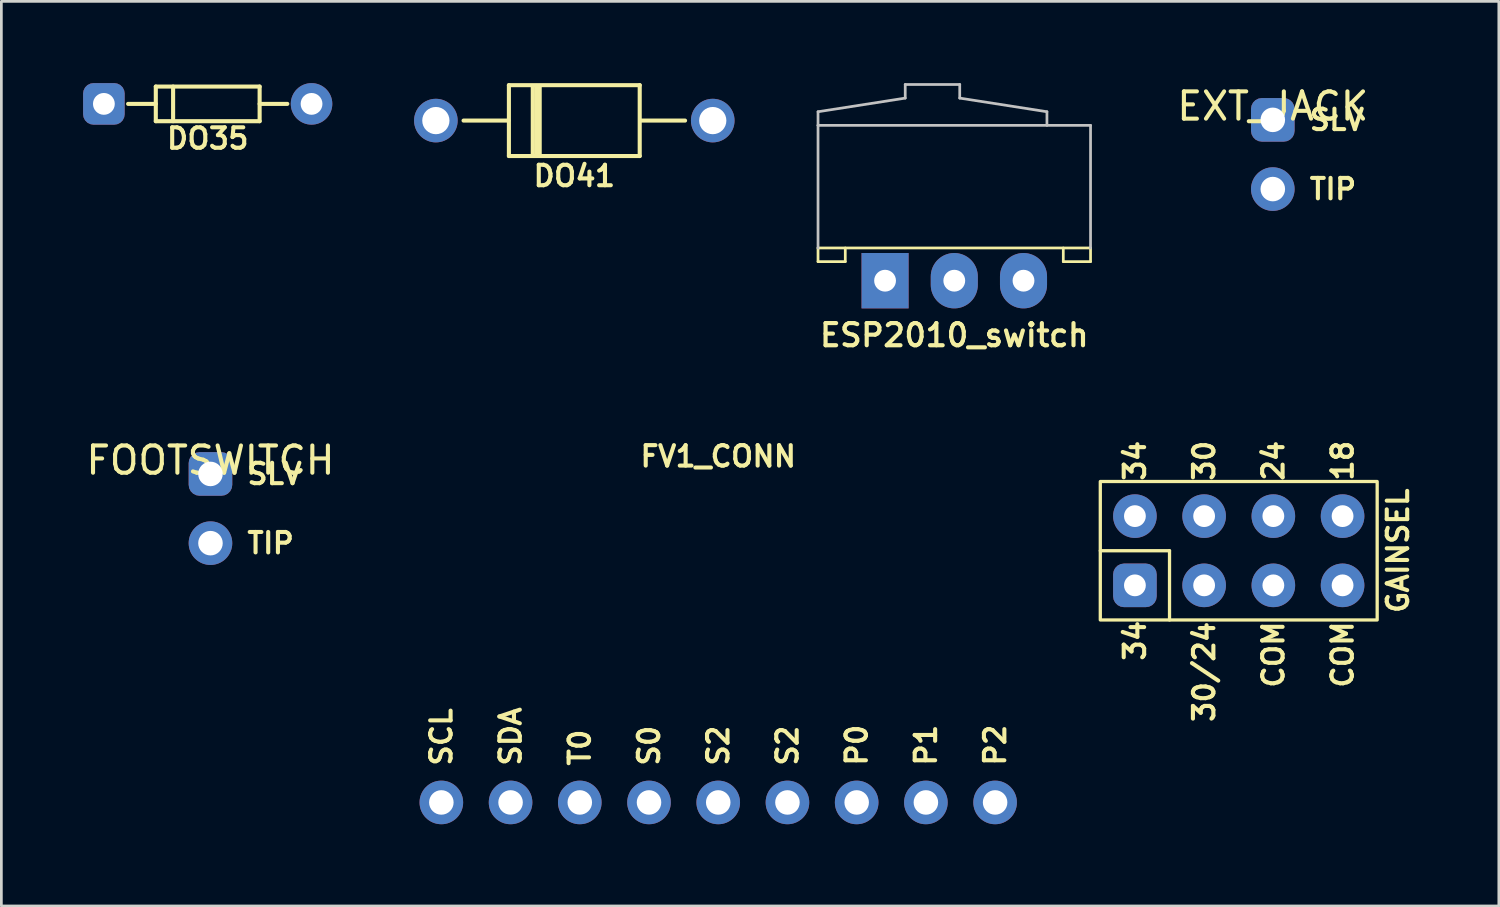
<source format=kicad_pcb>
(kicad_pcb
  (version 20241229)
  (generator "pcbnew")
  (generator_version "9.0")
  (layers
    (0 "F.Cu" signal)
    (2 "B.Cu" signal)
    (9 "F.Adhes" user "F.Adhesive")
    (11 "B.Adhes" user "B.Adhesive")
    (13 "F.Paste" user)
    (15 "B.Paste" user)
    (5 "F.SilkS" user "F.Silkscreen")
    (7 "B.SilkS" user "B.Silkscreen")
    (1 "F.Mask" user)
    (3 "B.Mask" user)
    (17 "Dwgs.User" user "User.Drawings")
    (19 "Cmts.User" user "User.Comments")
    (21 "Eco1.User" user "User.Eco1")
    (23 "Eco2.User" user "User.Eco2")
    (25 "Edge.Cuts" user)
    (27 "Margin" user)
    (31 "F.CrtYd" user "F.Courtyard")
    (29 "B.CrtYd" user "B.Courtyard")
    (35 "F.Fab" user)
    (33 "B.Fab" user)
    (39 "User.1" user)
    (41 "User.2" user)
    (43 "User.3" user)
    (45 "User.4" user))
  (footprint "DO35"
    (layer "F.Cu")
    (at 4.572 0.762)
    (property "Reference" "DO35" (at 0 1.27 0) (layer "F.SilkS") (effects (font (size 0.75 0.75) (thickness 0.15))))
    (attr through_hole)
    (fp_line (start -1.905 -0.635) (end -1.905 0.635) (stroke (width 0.15) (type solid)) (layer "F.SilkS"))
    (fp_line (start -1.905 0) (end -2.921 0) (stroke (width 0.15) (type solid)) (layer "F.SilkS"))
    (fp_line (start -1.905 0.635) (end 1.905 0.635) (stroke (width 0.15) (type solid)) (layer "F.SilkS"))
    (fp_line (start -1.27 -0.635) (end -1.27 0.635) (stroke (width 0.15) (type solid)) (layer "F.SilkS"))
    (fp_line (start 1.905 -0.635) (end -1.905 -0.635) (stroke (width 0.15) (type solid)) (layer "F.SilkS"))
    (fp_line (start 1.905 0) (end 2.921 0) (stroke (width 0.15) (type solid)) (layer "F.SilkS"))
    (fp_line (start 1.905 0.635) (end 1.905 -0.635) (stroke (width 0.15) (type solid)) (layer "F.SilkS"))
    (pad "1" thru_hole roundrect (at -3.81 0) (size 1.524 1.524) (drill 0.8) (layers "*.Cu" "*.Mask") (roundrect_rratio 0.25))
    (pad "2" thru_hole circle (at 3.81 0) (size 1.524 1.524) (drill 0.8) (layers "*.Cu" "*.Mask")))
  (footprint "FV1_CONN"
    (layer "F.Cu")
    (at 23.305 26.395)
    (property "Reference" "FV1_CONN" (at 0 -12.7 0) (unlocked yes) (layer "F.SilkS") (effects (font (size 0.75 0.75) (thickness 0.15))))
    (attr through_hole)
    (fp_text user "P1" (at 7.62 -1.27 90) (unlocked yes) (layer "F.SilkS") (effects (font (size 0.75 0.75) (thickness 0.15)) (justify left)))
    (fp_text user "P2" (at 10.16 -1.27 90) (unlocked yes) (layer "F.SilkS") (effects (font (size 0.75 0.75) (thickness 0.15)) (justify left)))
    (fp_text user "S2" (at 2.54 -1.27 90) (unlocked yes) (layer "F.SilkS") (effects (font (size 0.75 0.75) (thickness 0.15)) (justify left)))
    (fp_text user "P0" (at 5.08 -1.27 90) (unlocked yes) (layer "F.SilkS") (effects (font (size 0.75 0.75) (thickness 0.15)) (justify left)))
    (fp_text user "SDA" (at -7.62 -1.27 90) (unlocked yes) (layer "F.SilkS") (effects (font (size 0.75 0.75) (thickness 0.15)) (justify left)))
    (fp_text user "SCL" (at -10.16 -1.27 90) (unlocked yes) (layer "F.SilkS") (effects (font (size 0.75 0.75) (thickness 0.15)) (justify left)))
    (fp_text user "S0" (at -2.54 -1.27 90) (unlocked yes) (layer "F.SilkS") (effects (font (size 0.75 0.75) (thickness 0.15)) (justify left)))
    (fp_text user "S2" (at 0 -1.27 90) (unlocked yes) (layer "F.SilkS") (effects (font (size 0.75 0.75) (thickness 0.15)) (justify left)))
    (fp_text user "T0" (at -5.08 -1.27 90) (unlocked yes) (layer "F.SilkS") (effects (font (size 0.75 0.75) (thickness 0.15)) (justify left)))
    (pad "2" thru_hole circle (at 10.16 0 180) (size 1.6 1.6) (drill 0.9) (layers "*.Cu" "*.Mask"))
    (pad "3" thru_hole circle (at 7.62 0 180) (size 1.6 1.6) (drill 0.9) (layers "*.Cu" "*.Mask"))
    (pad "4" thru_hole circle (at 5.08 0 180) (size 1.6 1.6) (drill 0.9) (layers "*.Cu" "*.Mask"))
    (pad "5" thru_hole circle (at 2.54 0 180) (size 1.6 1.6) (drill 0.9) (layers "*.Cu" "*.Mask"))
    (pad "6" thru_hole circle (at 0 0 180) (size 1.6 1.6) (drill 0.9) (layers "*.Cu" "*.Mask"))
    (pad "7" thru_hole circle (at -2.54 0 180) (size 1.6 1.6) (drill 0.9) (layers "*.Cu" "*.Mask"))
    (pad "8" thru_hole circle (at -5.08 0 180) (size 1.6 1.6) (drill 0.9) (layers "*.Cu" "*.Mask"))
    (pad "9" thru_hole circle (at -7.62 0 180) (size 1.6 1.6) (drill 0.9) (layers "*.Cu" "*.Mask"))
    (pad "10" thru_hole circle (at -10.16 0 180) (size 1.6 1.6) (drill 0.9) (layers "*.Cu" "*.Mask")))
  (footprint "ESP2010_switch"
    (layer "F.Cu")
    (at 31.967 7.25)
    (property "Reference" "ESP2010_switch" (at 0 2 180) (layer "F.SilkS") (effects (font (size 0.813 0.813) (thickness 0.152))))
    (attr through_hole)
    (fp_line (start -5 -1.2) (end -5 -0.7) (stroke (width 0.1) (type solid)) (layer "F.SilkS"))
    (fp_line (start -5 -1.2) (end 5 -1.2) (stroke (width 0.1) (type solid)) (layer "F.SilkS"))
    (fp_line (start -5 -0.7) (end -4 -0.7) (stroke (width 0.1) (type solid)) (layer "F.SilkS"))
    (fp_line (start -4 -1.2) (end -4 -0.7) (stroke (width 0.1) (type solid)) (layer "F.SilkS"))
    (fp_line (start 4 -0.7) (end 4 -1.2) (stroke (width 0.1) (type solid)) (layer "F.SilkS"))
    (fp_line (start 5 -1.2) (end 5 -0.7) (stroke (width 0.1) (type solid)) (layer "F.SilkS"))
    (fp_line (start 5 -0.7) (end 4 -0.7) (stroke (width 0.1) (type solid)) (layer "F.SilkS"))
    (fp_line (start -5 -6.2) (end -1.8 -6.7) (stroke (width 0.1) (type solid)) (layer "Dwgs.User"))
    (fp_line (start -5 -5.7) (end -5 -6.2) (stroke (width 0.1) (type solid)) (layer "Dwgs.User"))
    (fp_line (start -5 -5.7) (end -5 -1.2) (stroke (width 0.1) (type solid)) (layer "Dwgs.User"))
    (fp_line (start -5 -5.7) (end 5 -5.7) (stroke (width 0.1) (type solid)) (layer "Dwgs.User"))
    (fp_line (start -1.8 -7.2) (end 0.2 -7.2) (stroke (width 0.1) (type solid)) (layer "Dwgs.User"))
    (fp_line (start -1.8 -6.7) (end -1.8 -7.2) (stroke (width 0.1) (type solid)) (layer "Dwgs.User"))
    (fp_line (start 0.2 -7.2) (end 0.2 -6.7) (stroke (width 0.1) (type solid)) (layer "Dwgs.User"))
    (fp_line (start 3.4 -6.2) (end 0.2 -6.7) (stroke (width 0.1) (type solid)) (layer "Dwgs.User"))
    (fp_line (start 3.4 -5.7) (end 3.4 -6.2) (stroke (width 0.1) (type solid)) (layer "Dwgs.User"))
    (fp_line (start 5 -1.2) (end 5 -5.7) (stroke (width 0.1) (type solid)) (layer "Dwgs.User"))
    (pad "1" thru_hole rect (at -2.54 0) (size 1.727 2.032) (drill 0.8) (layers "*.Cu" "*.Mask"))
    (pad "2" thru_hole oval (at 0 0) (size 1.727 2.032) (drill 0.8) (layers "*.Cu" "*.Mask"))
    (pad "3" thru_hole oval (at 2.54 0) (size 1.727 2.032) (drill 0.8) (layers "*.Cu" "*.Mask")))
  (footprint "DO41"
    (layer "F.Cu")
    (at 18.024 1.375)
    (property "Reference" "DO41" (at 0 2.032 0) (layer "F.SilkS") (effects (font (size 0.75 0.75) (thickness 0.15))))
    (attr through_hole)
    (fp_line (start -2.413 0) (end -4.064 0) (stroke (width 0.15) (type solid)) (layer "F.SilkS"))
    (fp_line (start -2.4 -1.3) (end -2.4 1.3) (stroke (width 0.15) (type solid)) (layer "F.SilkS"))
    (fp_line (start -2.4 -1.3) (end 2.4 -1.3) (stroke (width 0.15) (type solid)) (layer "F.SilkS"))
    (fp_line (start -2.4 1.3) (end 2.4 1.3) (stroke (width 0.15) (type solid)) (layer "F.SilkS"))
    (fp_line (start -1.524 -1.27) (end -1.524 1.27) (stroke (width 0.15) (type solid)) (layer "F.SilkS"))
    (fp_line (start -1.397 -1.27) (end -1.397 1.27) (stroke (width 0.15) (type solid)) (layer "F.SilkS"))
    (fp_line (start -1.27 1.27) (end -1.27 -1.27) (stroke (width 0.15) (type solid)) (layer "F.SilkS"))
    (fp_line (start 2.4 -1.3) (end 2.4 1.3) (stroke (width 0.15) (type solid)) (layer "F.SilkS"))
    (fp_line (start 2.413 0) (end 4.064 0) (stroke (width 0.15) (type solid)) (layer "F.SilkS"))
    (pad "1" thru_hole circle (at -5.08 0) (size 1.6 1.6) (drill 1) (layers "*.Cu" "*.Mask"))
    (pad "2" thru_hole circle (at 5.08 0) (size 1.6 1.6) (drill 1) (layers "*.Cu" "*.Mask")))
  (footprint "GAINSEL"
    (layer "F.Cu")
    (at 42.405 17.159)
    (property "Reference" "GAINSEL" (at 5.842 0 90) (unlocked yes) (layer "F.SilkS") (effects (font (size 0.75 0.75) (thickness 0.15))))
    (attr through_hole)
    (fp_line (start -5.08 0) (end -2.54 0) (stroke (width 0.12) (type solid)) (layer "F.SilkS"))
    (fp_line (start -2.54 0) (end -2.54 2.54) (stroke (width 0.12) (type solid)) (layer "F.SilkS"))
    (fp_rect (start -5.08 -2.54) (end 5.08 2.54) (stroke (width 0.12) (type solid)) (fill no) (layer "F.SilkS"))
    (fp_text user "34" (at -3.81 3.302 90) (unlocked yes) (layer "F.SilkS") (effects (font (size 0.75 0.75) (thickness 0.15))))
    (fp_text user "34" (at -3.81 -3.302 90) (unlocked yes) (layer "F.SilkS") (effects (font (size 0.75 0.75) (thickness 0.15))))
    (fp_text user "24" (at 1.27 -3.302 90) (unlocked yes) (layer "F.SilkS") (effects (font (size 0.75 0.75) (thickness 0.15))))
    (fp_text user "COM" (at 3.81 3.81 90) (unlocked yes) (layer "F.SilkS") (effects (font (size 0.75 0.75) (thickness 0.15))))
    (fp_text user "30/24" (at -1.27 4.445 90) (unlocked yes) (layer "F.SilkS") (effects (font (size 0.75 0.75) (thickness 0.15))))
    (fp_text user "18" (at 3.81 -3.302 90) (unlocked yes) (layer "F.SilkS") (effects (font (size 0.75 0.75) (thickness 0.15))))
    (fp_text user "COM" (at 1.27 3.81 90) (unlocked yes) (layer "F.SilkS") (effects (font (size 0.75 0.75) (thickness 0.15))))
    (fp_text user "30" (at -1.27 -3.302 90) (unlocked yes) (layer "F.SilkS") (effects (font (size 0.75 0.75) (thickness 0.15))))
    (pad "1" thru_hole roundrect (at -3.81 1.27 90) (size 1.6 1.6) (drill 0.8) (layers "*.Cu" "*.Mask") (roundrect_rratio 0.25))
    (pad "2" thru_hole circle (at -3.81 -1.27 90) (size 1.6 1.6) (drill 0.8) (layers "*.Cu" "*.Mask"))
    (pad "3" thru_hole circle (at -1.27 1.27 90) (size 1.6 1.6) (drill 0.8) (layers "*.Cu" "*.Mask"))
    (pad "4" thru_hole circle (at -1.27 -1.27 90) (size 1.6 1.6) (drill 0.8) (layers "*.Cu" "*.Mask"))
    (pad "5" thru_hole circle (at 1.27 1.27 90) (size 1.6 1.6) (drill 0.8) (layers "*.Cu" "*.Mask"))
    (pad "6" thru_hole circle (at 1.27 -1.27 90) (size 1.6 1.6) (drill 0.8) (layers "*.Cu" "*.Mask"))
    (pad "7" thru_hole circle (at 3.81 1.27 90) (size 1.6 1.6) (drill 0.8) (layers "*.Cu" "*.Mask"))
    (pad "8" thru_hole circle (at 3.81 -1.27 90) (size 1.6 1.6) (drill 0.8) (layers "*.Cu" "*.Mask")))
  (footprint "FOOTSWITCH"
    (layer "F.Cu")
    (at 4.673 14.341)
    (property "Reference" "FOOTSWITCH" (at 0 -0.5 0) (unlocked yes) (layer "F.SilkS") (effects (font (size 1 1) (thickness 0.15))))
    (attr through_hole)
    (fp_text user "SLV" (at 1.27 0 0) (unlocked yes) (layer "F.SilkS") (effects (font (size 0.75 0.75) (thickness 0.15)) (justify left)))
    (fp_text user "TIP" (at 1.27 2.54 0) (unlocked yes) (layer "F.SilkS") (effects (font (size 0.75 0.75) (thickness 0.15)) (justify left)))
    (pad "1" thru_hole roundrect (at 0 0 270) (size 1.6 1.6) (drill 0.9) (layers "*.Cu" "*.Mask") (roundrect_rratio 0.25))
    (pad "2" thru_hole circle (at 0 2.54 270) (size 1.6 1.6) (drill 0.9) (layers "*.Cu" "*.Mask")))
  (footprint "EXT_JACK"
    (layer "F.Cu")
    (at 43.655 1.348)
    (property "Reference" "EXT_JACK" (at 0 -0.5 0) (unlocked yes) (layer "F.SilkS") (effects (font (size 1 1) (thickness 0.15))))
    (attr through_hole)
    (fp_text user "TIP" (at 1.27 2.54 0) (unlocked yes) (layer "F.SilkS") (effects (font (size 0.75 0.75) (thickness 0.15)) (justify left)))
    (fp_text user "SLV" (at 1.27 0 0) (unlocked yes) (layer "F.SilkS") (effects (font (size 0.75 0.75) (thickness 0.15)) (justify left)))
    (pad "1" thru_hole roundrect (at 0 0 270) (size 1.6 1.6) (drill 0.9) (layers "*.Cu" "*.Mask") (roundrect_rratio 0.25))
    (pad "2" thru_hole circle (at 0 2.54 270) (size 1.6 1.6) (drill 0.9) (layers "*.Cu" "*.Mask")))
  (gr_rect
    (start -3 -3)
    (end 51.949 30.195)
    (stroke (width 0.1) (type default))
    (fill no)
    (layer "Edge.Cuts")))
</source>
